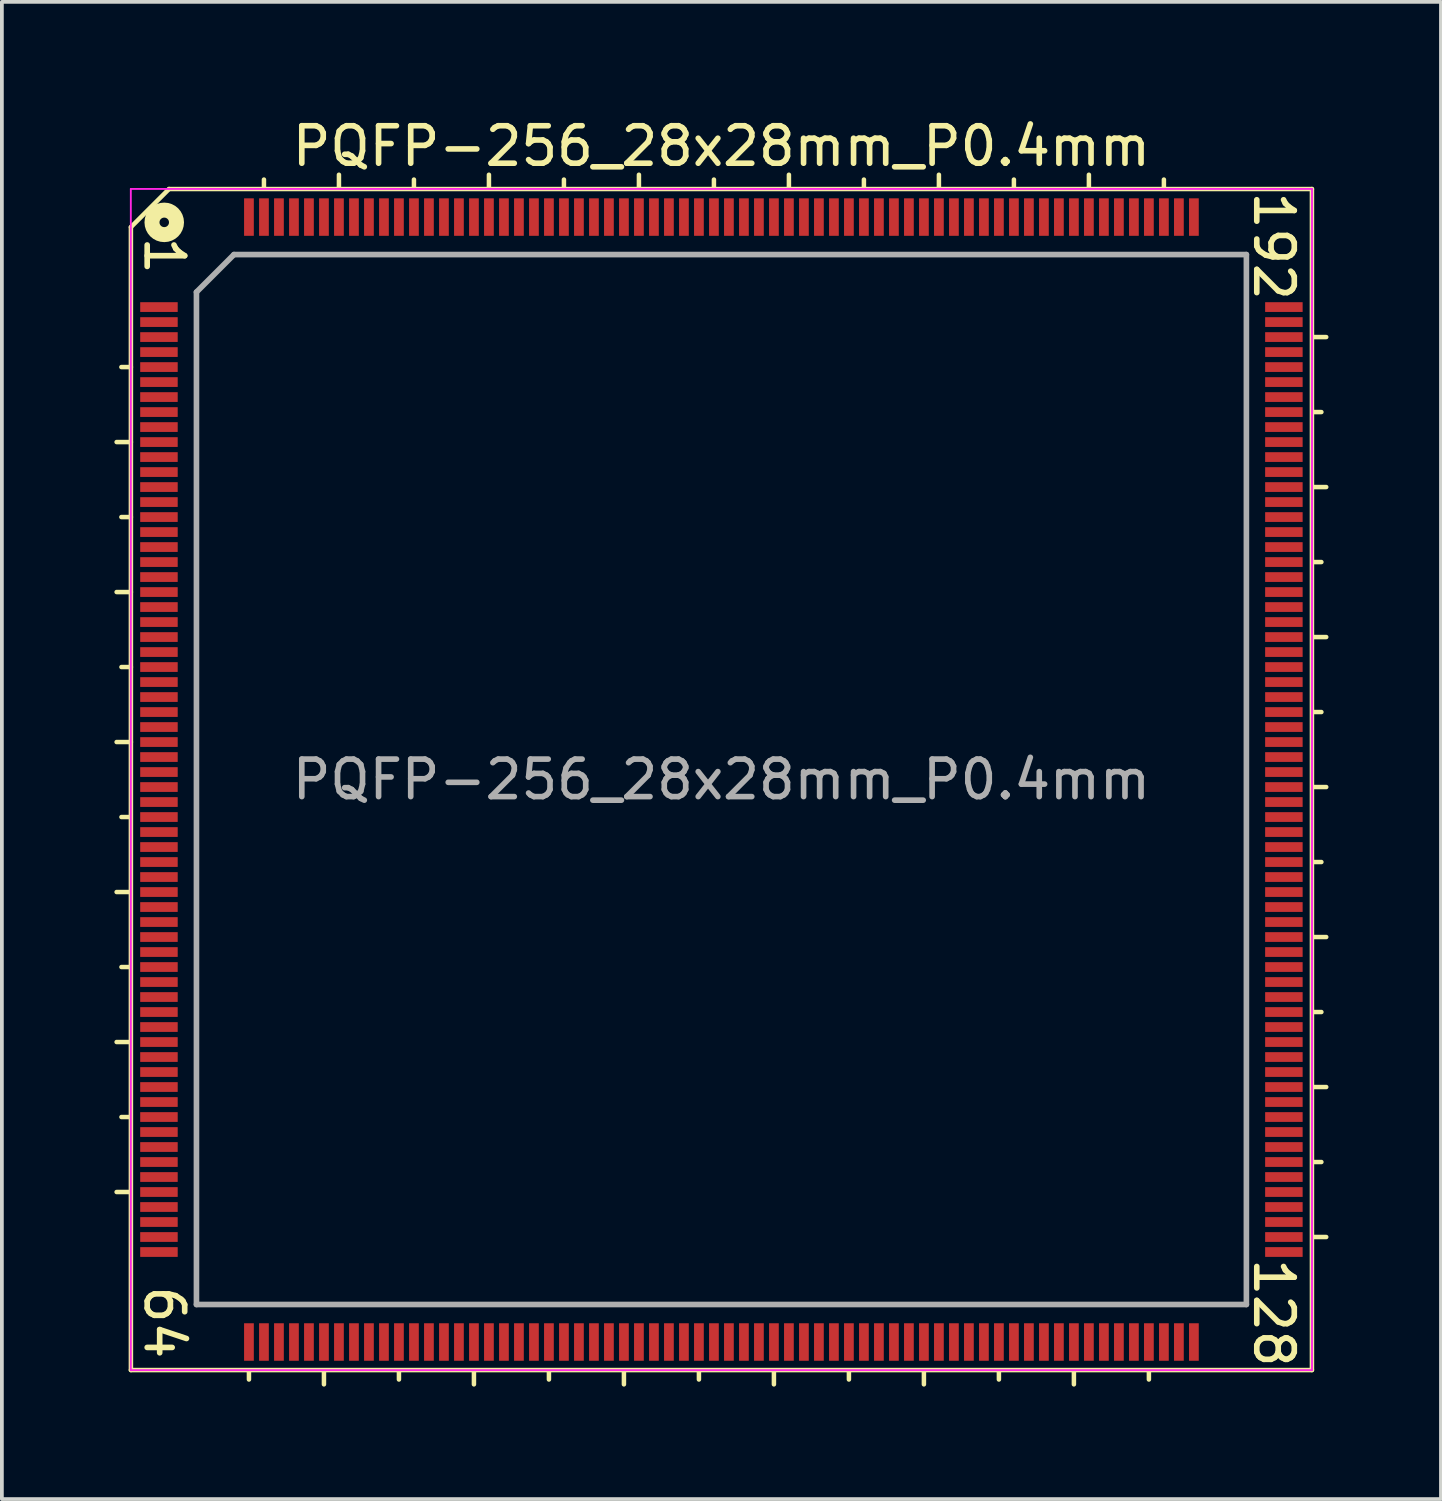
<source format=kicad_pcb>
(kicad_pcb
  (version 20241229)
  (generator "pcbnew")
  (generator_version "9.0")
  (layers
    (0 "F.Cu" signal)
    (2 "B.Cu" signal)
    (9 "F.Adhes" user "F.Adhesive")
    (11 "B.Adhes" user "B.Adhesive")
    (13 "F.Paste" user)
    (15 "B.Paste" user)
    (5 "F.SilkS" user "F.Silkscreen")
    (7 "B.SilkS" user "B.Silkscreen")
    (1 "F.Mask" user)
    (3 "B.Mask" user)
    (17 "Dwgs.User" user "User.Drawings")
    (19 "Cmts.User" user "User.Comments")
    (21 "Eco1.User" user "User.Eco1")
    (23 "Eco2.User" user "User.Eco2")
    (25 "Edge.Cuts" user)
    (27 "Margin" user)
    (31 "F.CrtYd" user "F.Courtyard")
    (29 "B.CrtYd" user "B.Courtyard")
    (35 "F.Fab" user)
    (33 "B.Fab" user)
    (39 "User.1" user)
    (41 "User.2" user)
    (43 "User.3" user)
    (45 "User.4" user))
  (footprint "PQFP-256_28x28mm_P0.4mm"
    (layer "F.Cu")
    (at 16.189 17.739)
    (property "Reference" "PQFP-256_28x28mm_P0.4mm" (at 0 -16.891 0) (layer "F.SilkS") (effects (font (size 1 1) (thickness 0.15))))
    (attr smd)
    (fp_line (start -15.8 1) (end -16 1) (stroke (width 0.12) (type solid)) (layer "F.SilkS"))
    (fp_line (start -15.8 3) (end -16.129 3) (stroke (width 0.12) (type solid)) (layer "F.SilkS"))
    (fp_line (start -15.8 5) (end -16 5) (stroke (width 0.12) (type solid)) (layer "F.SilkS"))
    (fp_line (start -15.8 7) (end -16.129 7) (stroke (width 0.12) (type solid)) (layer "F.SilkS"))
    (fp_line (start -15.8 9) (end -16 9) (stroke (width 0.12) (type solid)) (layer "F.SilkS"))
    (fp_line (start -15.8 11) (end -16.129 11) (stroke (width 0.12) (type solid)) (layer "F.SilkS"))
    (fp_line (start -15.748 -14.732) (end -15.748 15.748) (stroke (width 0.12) (type solid)) (layer "F.SilkS"))
    (fp_line (start -15.748 -11) (end -16.002 -11) (stroke (width 0.12) (type solid)) (layer "F.SilkS"))
    (fp_line (start -15.748 -9) (end -16.129 -9) (stroke (width 0.12) (type solid)) (layer "F.SilkS"))
    (fp_line (start -15.748 -7) (end -16.002 -7) (stroke (width 0.12) (type solid)) (layer "F.SilkS"))
    (fp_line (start -15.748 -5) (end -16.129 -5) (stroke (width 0.12) (type solid)) (layer "F.SilkS"))
    (fp_line (start -15.748 -3) (end -16 -3) (stroke (width 0.12) (type solid)) (layer "F.SilkS"))
    (fp_line (start -15.748 -1) (end -16.129 -1) (stroke (width 0.12) (type solid)) (layer "F.SilkS"))
    (fp_line (start -15.748 15.748) (end 15.748 15.748) (stroke (width 0.12) (type solid)) (layer "F.SilkS"))
    (fp_line (start -14.732 -15.748) (end -15.748 -14.732) (stroke (width 0.12) (type solid)) (layer "F.SilkS"))
    (fp_line (start -12.6 16) (end -12.6 15.8) (stroke (width 0.12) (type solid)) (layer "F.SilkS"))
    (fp_line (start -12.2 -15.8) (end -12.2 -16) (stroke (width 0.12) (type solid)) (layer "F.SilkS"))
    (fp_line (start -10.6 16.129) (end -10.6 15.8) (stroke (width 0.12) (type solid)) (layer "F.SilkS"))
    (fp_line (start -10.2 -15.8) (end -10.2 -16.129) (stroke (width 0.12) (type solid)) (layer "F.SilkS"))
    (fp_line (start -8.6 15.8) (end -8.6 16) (stroke (width 0.12) (type solid)) (layer "F.SilkS"))
    (fp_line (start -8.2 -15.8) (end -8.2 -16) (stroke (width 0.12) (type solid)) (layer "F.SilkS"))
    (fp_line (start -6.6 16.129) (end -6.6 15.8) (stroke (width 0.12) (type solid)) (layer "F.SilkS"))
    (fp_line (start -6.2 -15.8) (end -6.2 -16.129) (stroke (width 0.12) (type solid)) (layer "F.SilkS"))
    (fp_line (start -4.6 16) (end -4.6 15.8) (stroke (width 0.12) (type solid)) (layer "F.SilkS"))
    (fp_line (start -4.2 -15.8) (end -4.2 -16) (stroke (width 0.12) (type solid)) (layer "F.SilkS"))
    (fp_line (start -2.6 16.129) (end -2.6 15.8) (stroke (width 0.12) (type solid)) (layer "F.SilkS"))
    (fp_line (start -2.2 -15.8) (end -2.2 -16.129) (stroke (width 0.12) (type solid)) (layer "F.SilkS"))
    (fp_line (start -0.6 16) (end -0.6 15.8) (stroke (width 0.12) (type solid)) (layer "F.SilkS"))
    (fp_line (start -0.2 -15.8) (end -0.2 -16) (stroke (width 0.12) (type solid)) (layer "F.SilkS"))
    (fp_line (start 1.4 16.129) (end 1.4 15.8) (stroke (width 0.12) (type solid)) (layer "F.SilkS"))
    (fp_line (start 1.8 -15.8) (end 1.8 -16.129) (stroke (width 0.12) (type solid)) (layer "F.SilkS"))
    (fp_line (start 3.4 16) (end 3.4 15.8) (stroke (width 0.12) (type solid)) (layer "F.SilkS"))
    (fp_line (start 3.8 -15.8) (end 3.8 -16) (stroke (width 0.12) (type solid)) (layer "F.SilkS"))
    (fp_line (start 5.4 16.129) (end 5.4 15.8) (stroke (width 0.12) (type solid)) (layer "F.SilkS"))
    (fp_line (start 5.8 -15.8) (end 5.8 -16.129) (stroke (width 0.12) (type solid)) (layer "F.SilkS"))
    (fp_line (start 7.4 16) (end 7.4 15.8) (stroke (width 0.12) (type solid)) (layer "F.SilkS"))
    (fp_line (start 7.8 -15.8) (end 7.8 -16) (stroke (width 0.12) (type solid)) (layer "F.SilkS"))
    (fp_line (start 9.4 16.129) (end 9.4 15.8) (stroke (width 0.12) (type solid)) (layer "F.SilkS"))
    (fp_line (start 9.8 -15.8) (end 9.8 -16.129) (stroke (width 0.12) (type solid)) (layer "F.SilkS"))
    (fp_line (start 11.4 16) (end 11.4 15.8) (stroke (width 0.12) (type solid)) (layer "F.SilkS"))
    (fp_line (start 11.8 -15.8) (end 11.8 -16) (stroke (width 0.12) (type solid)) (layer "F.SilkS"))
    (fp_line (start 15.748 -15.748) (end -14.732 -15.748) (stroke (width 0.12) (type solid)) (layer "F.SilkS"))
    (fp_line (start 15.748 15.748) (end 15.748 -15.748) (stroke (width 0.12) (type solid)) (layer "F.SilkS"))
    (fp_line (start 15.8 -11.8) (end 16.129 -11.8) (stroke (width 0.12) (type solid)) (layer "F.SilkS"))
    (fp_line (start 15.8 -9.8) (end 16 -9.8) (stroke (width 0.12) (type solid)) (layer "F.SilkS"))
    (fp_line (start 15.8 -7.8) (end 16.129 -7.8) (stroke (width 0.12) (type solid)) (layer "F.SilkS"))
    (fp_line (start 15.8 -5.8) (end 16 -5.8) (stroke (width 0.12) (type solid)) (layer "F.SilkS"))
    (fp_line (start 15.8 -3.8) (end 16.129 -3.8) (stroke (width 0.12) (type solid)) (layer "F.SilkS"))
    (fp_line (start 15.8 -1.8) (end 16 -1.8) (stroke (width 0.12) (type solid)) (layer "F.SilkS"))
    (fp_line (start 15.8 0.2) (end 16.129 0.2) (stroke (width 0.12) (type solid)) (layer "F.SilkS"))
    (fp_line (start 15.8 2.2) (end 16 2.2) (stroke (width 0.12) (type solid)) (layer "F.SilkS"))
    (fp_line (start 15.8 4.2) (end 16.129 4.2) (stroke (width 0.12) (type solid)) (layer "F.SilkS"))
    (fp_line (start 15.8 6.2) (end 16 6.2) (stroke (width 0.12) (type solid)) (layer "F.SilkS"))
    (fp_line (start 15.8 8.2) (end 16.129 8.2) (stroke (width 0.12) (type solid)) (layer "F.SilkS"))
    (fp_line (start 15.8 10.2) (end 16 10.2) (stroke (width 0.12) (type solid)) (layer "F.SilkS"))
    (fp_line (start 15.8 12.2) (end 16.129 12.2) (stroke (width 0.12) (type solid)) (layer "F.SilkS"))
    (fp_circle (center -14.859 -14.859) (end -14.732 -14.859) (stroke (width 0.4) (type solid)) (fill no) (layer "F.SilkS"))
    (fp_line (start -15.75 -15.75) (end -15.75 15.75) (stroke (width 0.05) (type solid)) (layer "F.CrtYd"))
    (fp_line (start -15.75 -15.75) (end 15.75 -15.75) (stroke (width 0.05) (type solid)) (layer "F.CrtYd"))
    (fp_line (start -15.75 15.75) (end 15.75 15.75) (stroke (width 0.05) (type solid)) (layer "F.CrtYd"))
    (fp_line (start 15.75 -15.75) (end 15.75 15.75) (stroke (width 0.05) (type solid)) (layer "F.CrtYd"))
    (fp_line (start -14 -13) (end -13 -14) (stroke (width 0.15) (type solid)) (layer "F.Fab"))
    (fp_line (start -14 14) (end -14 -13) (stroke (width 0.15) (type solid)) (layer "F.Fab"))
    (fp_line (start -13 -14) (end 14 -14) (stroke (width 0.15) (type solid)) (layer "F.Fab"))
    (fp_line (start 14 -14) (end 14 14) (stroke (width 0.15) (type solid)) (layer "F.Fab"))
    (fp_line (start 14 14) (end -14 14) (stroke (width 0.15) (type solid)) (layer "F.Fab"))
    (fp_text user "128" (at 14.732 14.224 270) (unlocked yes) (layer "F.SilkS") (effects (font (size 1 1) (thickness 0.15))))
    (fp_text user "1" (at -14.859 -13.97 270) (unlocked yes) (layer "F.SilkS") (effects (font (size 1 1) (thickness 0.15))))
    (fp_text user "192" (at 14.732 -14.224 270) (unlocked yes) (layer "F.SilkS") (effects (font (size 1 1) (thickness 0.15))))
    (fp_text user "64" (at -14.859 14.478 270) (unlocked yes) (layer "F.SilkS") (effects (font (size 1 1) (thickness 0.15))))
    (fp_text user "${REFERENCE}" (at 0 0 0) (layer "F.Fab") (effects (font (size 1 1) (thickness 0.15))))
    (pad "1" smd rect (at -15 -12.6) (size 1 0.26) (layers "F.Cu" "F.Mask" "F.Paste"))
    (pad "2" smd rect (at -15 -12.2) (size 1 0.26) (layers "F.Cu" "F.Mask" "F.Paste"))
    (pad "3" smd rect (at -15 -11.8) (size 1 0.26) (layers "F.Cu" "F.Mask" "F.Paste"))
    (pad "4" smd rect (at -15 -11.4) (size 1 0.26) (layers "F.Cu" "F.Mask" "F.Paste"))
    (pad "5" smd rect (at -15 -11) (size 1 0.26) (layers "F.Cu" "F.Mask" "F.Paste"))
    (pad "6" smd rect (at -15 -10.6) (size 1 0.26) (layers "F.Cu" "F.Mask" "F.Paste"))
    (pad "7" smd rect (at -15 -10.2) (size 1 0.26) (layers "F.Cu" "F.Mask" "F.Paste"))
    (pad "8" smd rect (at -15 -9.8) (size 1 0.26) (layers "F.Cu" "F.Mask" "F.Paste"))
    (pad "9" smd rect (at -15 -9.4) (size 1 0.26) (layers "F.Cu" "F.Mask" "F.Paste"))
    (pad "10" smd rect (at -15 -9) (size 1 0.26) (layers "F.Cu" "F.Mask" "F.Paste"))
    (pad "11" smd rect (at -15 -8.6) (size 1 0.26) (layers "F.Cu" "F.Mask" "F.Paste"))
    (pad "12" smd rect (at -15 -8.2) (size 1 0.26) (layers "F.Cu" "F.Mask" "F.Paste"))
    (pad "13" smd rect (at -15 -7.8) (size 1 0.26) (layers "F.Cu" "F.Mask" "F.Paste"))
    (pad "14" smd rect (at -15 -7.4) (size 1 0.26) (layers "F.Cu" "F.Mask" "F.Paste"))
    (pad "15" smd rect (at -15 -7) (size 1 0.26) (layers "F.Cu" "F.Mask" "F.Paste"))
    (pad "16" smd rect (at -15 -6.6) (size 1 0.26) (layers "F.Cu" "F.Mask" "F.Paste"))
    (pad "17" smd rect (at -15 -6.2) (size 1 0.26) (layers "F.Cu" "F.Mask" "F.Paste"))
    (pad "18" smd rect (at -15 -5.8) (size 1 0.26) (layers "F.Cu" "F.Mask" "F.Paste"))
    (pad "19" smd rect (at -15 -5.4) (size 1 0.26) (layers "F.Cu" "F.Mask" "F.Paste"))
    (pad "20" smd rect (at -15 -5) (size 1 0.26) (layers "F.Cu" "F.Mask" "F.Paste"))
    (pad "21" smd rect (at -15 -4.6) (size 1 0.26) (layers "F.Cu" "F.Mask" "F.Paste"))
    (pad "22" smd rect (at -15 -4.2) (size 1 0.26) (layers "F.Cu" "F.Mask" "F.Paste"))
    (pad "23" smd rect (at -15 -3.8) (size 1 0.26) (layers "F.Cu" "F.Mask" "F.Paste"))
    (pad "24" smd rect (at -15 -3.4) (size 1 0.26) (layers "F.Cu" "F.Mask" "F.Paste"))
    (pad "25" smd rect (at -15 -3) (size 1 0.26) (layers "F.Cu" "F.Mask" "F.Paste"))
    (pad "26" smd rect (at -15 -2.6) (size 1 0.26) (layers "F.Cu" "F.Mask" "F.Paste"))
    (pad "27" smd rect (at -15 -2.2) (size 1 0.26) (layers "F.Cu" "F.Mask" "F.Paste"))
    (pad "28" smd rect (at -15 -1.8) (size 1 0.26) (layers "F.Cu" "F.Mask" "F.Paste"))
    (pad "29" smd rect (at -15 -1.4) (size 1 0.26) (layers "F.Cu" "F.Mask" "F.Paste"))
    (pad "30" smd rect (at -15 -1) (size 1 0.26) (layers "F.Cu" "F.Mask" "F.Paste"))
    (pad "31" smd rect (at -15 -0.6) (size 1 0.26) (layers "F.Cu" "F.Mask" "F.Paste"))
    (pad "32" smd rect (at -15 -0.2) (size 1 0.26) (layers "F.Cu" "F.Mask" "F.Paste"))
    (pad "33" smd rect (at -15 0.2) (size 1 0.26) (layers "F.Cu" "F.Mask" "F.Paste"))
    (pad "34" smd rect (at -15 0.6) (size 1 0.26) (layers "F.Cu" "F.Mask" "F.Paste"))
    (pad "35" smd rect (at -15 1) (size 1 0.26) (layers "F.Cu" "F.Mask" "F.Paste"))
    (pad "36" smd rect (at -15 1.4) (size 1 0.26) (layers "F.Cu" "F.Mask" "F.Paste"))
    (pad "37" smd rect (at -15 1.8) (size 1 0.26) (layers "F.Cu" "F.Mask" "F.Paste"))
    (pad "38" smd rect (at -15 2.2) (size 1 0.26) (layers "F.Cu" "F.Mask" "F.Paste"))
    (pad "39" smd rect (at -15 2.6) (size 1 0.26) (layers "F.Cu" "F.Mask" "F.Paste"))
    (pad "40" smd rect (at -15 3) (size 1 0.26) (layers "F.Cu" "F.Mask" "F.Paste"))
    (pad "41" smd rect (at -15 3.4) (size 1 0.26) (layers "F.Cu" "F.Mask" "F.Paste"))
    (pad "42" smd rect (at -15 3.8) (size 1 0.26) (layers "F.Cu" "F.Mask" "F.Paste"))
    (pad "43" smd rect (at -15 4.2) (size 1 0.26) (layers "F.Cu" "F.Mask" "F.Paste"))
    (pad "44" smd rect (at -15 4.6) (size 1 0.26) (layers "F.Cu" "F.Mask" "F.Paste"))
    (pad "45" smd rect (at -15 5) (size 1 0.26) (layers "F.Cu" "F.Mask" "F.Paste"))
    (pad "46" smd rect (at -15 5.4) (size 1 0.26) (layers "F.Cu" "F.Mask" "F.Paste"))
    (pad "47" smd rect (at -15 5.8) (size 1 0.26) (layers "F.Cu" "F.Mask" "F.Paste"))
    (pad "48" smd rect (at -15 6.2) (size 1 0.26) (layers "F.Cu" "F.Mask" "F.Paste"))
    (pad "49" smd rect (at -15 6.6) (size 1 0.26) (layers "F.Cu" "F.Mask" "F.Paste"))
    (pad "50" smd rect (at -15 7) (size 1 0.26) (layers "F.Cu" "F.Mask" "F.Paste"))
    (pad "51" smd rect (at -15 7.4) (size 1 0.26) (layers "F.Cu" "F.Mask" "F.Paste"))
    (pad "52" smd rect (at -15 7.8) (size 1 0.26) (layers "F.Cu" "F.Mask" "F.Paste"))
    (pad "53" smd rect (at -15 8.2) (size 1 0.26) (layers "F.Cu" "F.Mask" "F.Paste"))
    (pad "54" smd rect (at -15 8.6) (size 1 0.26) (layers "F.Cu" "F.Mask" "F.Paste"))
    (pad "55" smd rect (at -15 9) (size 1 0.26) (layers "F.Cu" "F.Mask" "F.Paste"))
    (pad "56" smd rect (at -15 9.4) (size 1 0.26) (layers "F.Cu" "F.Mask" "F.Paste"))
    (pad "57" smd rect (at -15 9.8) (size 1 0.26) (layers "F.Cu" "F.Mask" "F.Paste"))
    (pad "58" smd rect (at -15 10.2) (size 1 0.26) (layers "F.Cu" "F.Mask" "F.Paste"))
    (pad "59" smd rect (at -15 10.6) (size 1 0.26) (layers "F.Cu" "F.Mask" "F.Paste"))
    (pad "60" smd rect (at -15 11) (size 1 0.26) (layers "F.Cu" "F.Mask" "F.Paste"))
    (pad "61" smd rect (at -15 11.4) (size 1 0.26) (layers "F.Cu" "F.Mask" "F.Paste"))
    (pad "62" smd rect (at -15 11.8) (size 1 0.26) (layers "F.Cu" "F.Mask" "F.Paste"))
    (pad "63" smd rect (at -15 12.2) (size 1 0.26) (layers "F.Cu" "F.Mask" "F.Paste"))
    (pad "64" smd rect (at -15 12.6) (size 1 0.26) (layers "F.Cu" "F.Mask" "F.Paste"))
    (pad "65" smd rect (at -12.6 15 90) (size 1 0.26) (layers "F.Cu" "F.Mask" "F.Paste"))
    (pad "66" smd rect (at -12.2 15 90) (size 1 0.26) (layers "F.Cu" "F.Mask" "F.Paste"))
    (pad "67" smd rect (at -11.8 15 90) (size 1 0.26) (layers "F.Cu" "F.Mask" "F.Paste"))
    (pad "68" smd rect (at -11.4 15 90) (size 1 0.26) (layers "F.Cu" "F.Mask" "F.Paste"))
    (pad "69" smd rect (at -11 15 90) (size 1 0.26) (layers "F.Cu" "F.Mask" "F.Paste"))
    (pad "70" smd rect (at -10.6 15 90) (size 1 0.26) (layers "F.Cu" "F.Mask" "F.Paste"))
    (pad "71" smd rect (at -10.2 15 90) (size 1 0.26) (layers "F.Cu" "F.Mask" "F.Paste"))
    (pad "72" smd rect (at -9.8 15 90) (size 1 0.26) (layers "F.Cu" "F.Mask" "F.Paste"))
    (pad "73" smd rect (at -9.4 15 90) (size 1 0.26) (layers "F.Cu" "F.Mask" "F.Paste"))
    (pad "74" smd rect (at -9 15 90) (size 1 0.26) (layers "F.Cu" "F.Mask" "F.Paste"))
    (pad "75" smd rect (at -8.6 15 90) (size 1 0.26) (layers "F.Cu" "F.Mask" "F.Paste"))
    (pad "76" smd rect (at -8.2 15 90) (size 1 0.26) (layers "F.Cu" "F.Mask" "F.Paste"))
    (pad "77" smd rect (at -7.8 15 90) (size 1 0.26) (layers "F.Cu" "F.Mask" "F.Paste"))
    (pad "78" smd rect (at -7.4 15 90) (size 1 0.26) (layers "F.Cu" "F.Mask" "F.Paste"))
    (pad "79" smd rect (at -7 15 90) (size 1 0.26) (layers "F.Cu" "F.Mask" "F.Paste"))
    (pad "80" smd rect (at -6.6 15 90) (size 1 0.26) (layers "F.Cu" "F.Mask" "F.Paste"))
    (pad "81" smd rect (at -6.2 15 90) (size 1 0.26) (layers "F.Cu" "F.Mask" "F.Paste"))
    (pad "82" smd rect (at -5.8 15 90) (size 1 0.26) (layers "F.Cu" "F.Mask" "F.Paste"))
    (pad "83" smd rect (at -5.4 15 90) (size 1 0.26) (layers "F.Cu" "F.Mask" "F.Paste"))
    (pad "84" smd rect (at -5 15 90) (size 1 0.26) (layers "F.Cu" "F.Mask" "F.Paste"))
    (pad "85" smd rect (at -4.6 15 90) (size 1 0.26) (layers "F.Cu" "F.Mask" "F.Paste"))
    (pad "86" smd rect (at -4.2 15 90) (size 1 0.26) (layers "F.Cu" "F.Mask" "F.Paste"))
    (pad "87" smd rect (at -3.8 15 90) (size 1 0.26) (layers "F.Cu" "F.Mask" "F.Paste"))
    (pad "88" smd rect (at -3.4 15 90) (size 1 0.26) (layers "F.Cu" "F.Mask" "F.Paste"))
    (pad "89" smd rect (at -3 15 90) (size 1 0.26) (layers "F.Cu" "F.Mask" "F.Paste"))
    (pad "90" smd rect (at -2.6 15 90) (size 1 0.26) (layers "F.Cu" "F.Mask" "F.Paste"))
    (pad "91" smd rect (at -2.2 15 90) (size 1 0.26) (layers "F.Cu" "F.Mask" "F.Paste"))
    (pad "92" smd rect (at -1.8 15 90) (size 1 0.26) (layers "F.Cu" "F.Mask" "F.Paste"))
    (pad "93" smd rect (at -1.4 15 90) (size 1 0.26) (layers "F.Cu" "F.Mask" "F.Paste"))
    (pad "94" smd rect (at -1 15 90) (size 1 0.26) (layers "F.Cu" "F.Mask" "F.Paste"))
    (pad "95" smd rect (at -0.6 15 90) (size 1 0.26) (layers "F.Cu" "F.Mask" "F.Paste"))
    (pad "96" smd rect (at -0.2 15 90) (size 1 0.26) (layers "F.Cu" "F.Mask" "F.Paste"))
    (pad "97" smd rect (at 0.2 15 90) (size 1 0.26) (layers "F.Cu" "F.Mask" "F.Paste"))
    (pad "98" smd rect (at 0.6 15 90) (size 1 0.26) (layers "F.Cu" "F.Mask" "F.Paste"))
    (pad "99" smd rect (at 1 15 90) (size 1 0.26) (layers "F.Cu" "F.Mask" "F.Paste"))
    (pad "100" smd rect (at 1.4 15 90) (size 1 0.26) (layers "F.Cu" "F.Mask" "F.Paste"))
    (pad "101" smd rect (at 1.8 15 90) (size 1 0.26) (layers "F.Cu" "F.Mask" "F.Paste"))
    (pad "102" smd rect (at 2.2 15 90) (size 1 0.26) (layers "F.Cu" "F.Mask" "F.Paste"))
    (pad "103" smd rect (at 2.6 15 90) (size 1 0.26) (layers "F.Cu" "F.Mask" "F.Paste"))
    (pad "104" smd rect (at 3 15 90) (size 1 0.26) (layers "F.Cu" "F.Mask" "F.Paste"))
    (pad "105" smd rect (at 3.4 15 90) (size 1 0.26) (layers "F.Cu" "F.Mask" "F.Paste"))
    (pad "106" smd rect (at 3.8 15 90) (size 1 0.26) (layers "F.Cu" "F.Mask" "F.Paste"))
    (pad "107" smd rect (at 4.2 15 90) (size 1 0.26) (layers "F.Cu" "F.Mask" "F.Paste"))
    (pad "108" smd rect (at 4.6 15 90) (size 1 0.26) (layers "F.Cu" "F.Mask" "F.Paste"))
    (pad "109" smd rect (at 5 15 90) (size 1 0.26) (layers "F.Cu" "F.Mask" "F.Paste"))
    (pad "110" smd rect (at 5.4 15 90) (size 1 0.26) (layers "F.Cu" "F.Mask" "F.Paste"))
    (pad "111" smd rect (at 5.8 15 90) (size 1 0.26) (layers "F.Cu" "F.Mask" "F.Paste"))
    (pad "112" smd rect (at 6.2 15 90) (size 1 0.26) (layers "F.Cu" "F.Mask" "F.Paste"))
    (pad "113" smd rect (at 6.6 15 90) (size 1 0.26) (layers "F.Cu" "F.Mask" "F.Paste"))
    (pad "114" smd rect (at 7 15 90) (size 1 0.26) (layers "F.Cu" "F.Mask" "F.Paste"))
    (pad "115" smd rect (at 7.4 15 90) (size 1 0.26) (layers "F.Cu" "F.Mask" "F.Paste"))
    (pad "116" smd rect (at 7.8 15 90) (size 1 0.26) (layers "F.Cu" "F.Mask" "F.Paste"))
    (pad "117" smd rect (at 8.2 15 90) (size 1 0.26) (layers "F.Cu" "F.Mask" "F.Paste"))
    (pad "118" smd rect (at 8.6 15 90) (size 1 0.26) (layers "F.Cu" "F.Mask" "F.Paste"))
    (pad "119" smd rect (at 9 15 90) (size 1 0.26) (layers "F.Cu" "F.Mask" "F.Paste"))
    (pad "120" smd rect (at 9.4 15 90) (size 1 0.26) (layers "F.Cu" "F.Mask" "F.Paste"))
    (pad "121" smd rect (at 9.8 15 90) (size 1 0.26) (layers "F.Cu" "F.Mask" "F.Paste"))
    (pad "122" smd rect (at 10.2 15 90) (size 1 0.26) (layers "F.Cu" "F.Mask" "F.Paste"))
    (pad "123" smd rect (at 10.6 15 90) (size 1 0.26) (layers "F.Cu" "F.Mask" "F.Paste"))
    (pad "124" smd rect (at 11 15 90) (size 1 0.26) (layers "F.Cu" "F.Mask" "F.Paste"))
    (pad "125" smd rect (at 11.4 15 90) (size 1 0.26) (layers "F.Cu" "F.Mask" "F.Paste"))
    (pad "126" smd rect (at 11.8 15 90) (size 1 0.26) (layers "F.Cu" "F.Mask" "F.Paste"))
    (pad "127" smd rect (at 12.2 15 90) (size 1 0.26) (layers "F.Cu" "F.Mask" "F.Paste"))
    (pad "128" smd rect (at 12.6 15 90) (size 1 0.26) (layers "F.Cu" "F.Mask" "F.Paste"))
    (pad "129" smd rect (at 15 12.6) (size 1 0.26) (layers "F.Cu" "F.Mask" "F.Paste"))
    (pad "130" smd rect (at 15 12.2) (size 1 0.26) (layers "F.Cu" "F.Mask" "F.Paste"))
    (pad "131" smd rect (at 15 11.8) (size 1 0.26) (layers "F.Cu" "F.Mask" "F.Paste"))
    (pad "132" smd rect (at 15 11.4) (size 1 0.26) (layers "F.Cu" "F.Mask" "F.Paste"))
    (pad "133" smd rect (at 15 11) (size 1 0.26) (layers "F.Cu" "F.Mask" "F.Paste"))
    (pad "134" smd rect (at 15 10.6) (size 1 0.26) (layers "F.Cu" "F.Mask" "F.Paste"))
    (pad "135" smd rect (at 15 10.2) (size 1 0.26) (layers "F.Cu" "F.Mask" "F.Paste"))
    (pad "136" smd rect (at 15 9.8) (size 1 0.26) (layers "F.Cu" "F.Mask" "F.Paste"))
    (pad "137" smd rect (at 15 9.4) (size 1 0.26) (layers "F.Cu" "F.Mask" "F.Paste"))
    (pad "138" smd rect (at 15 9) (size 1 0.26) (layers "F.Cu" "F.Mask" "F.Paste"))
    (pad "139" smd rect (at 15 8.6) (size 1 0.26) (layers "F.Cu" "F.Mask" "F.Paste"))
    (pad "140" smd rect (at 15 8.2) (size 1 0.26) (layers "F.Cu" "F.Mask" "F.Paste"))
    (pad "141" smd rect (at 15 7.8) (size 1 0.26) (layers "F.Cu" "F.Mask" "F.Paste"))
    (pad "142" smd rect (at 15 7.4) (size 1 0.26) (layers "F.Cu" "F.Mask" "F.Paste"))
    (pad "143" smd rect (at 15 7) (size 1 0.26) (layers "F.Cu" "F.Mask" "F.Paste"))
    (pad "144" smd rect (at 15 6.6) (size 1 0.26) (layers "F.Cu" "F.Mask" "F.Paste"))
    (pad "145" smd rect (at 15 6.2) (size 1 0.26) (layers "F.Cu" "F.Mask" "F.Paste"))
    (pad "146" smd rect (at 15 5.8) (size 1 0.26) (layers "F.Cu" "F.Mask" "F.Paste"))
    (pad "147" smd rect (at 15 5.4) (size 1 0.26) (layers "F.Cu" "F.Mask" "F.Paste"))
    (pad "148" smd rect (at 15 5) (size 1 0.26) (layers "F.Cu" "F.Mask" "F.Paste"))
    (pad "149" smd rect (at 15 4.6) (size 1 0.26) (layers "F.Cu" "F.Mask" "F.Paste"))
    (pad "150" smd rect (at 15 4.2) (size 1 0.26) (layers "F.Cu" "F.Mask" "F.Paste"))
    (pad "151" smd rect (at 15 3.8) (size 1 0.26) (layers "F.Cu" "F.Mask" "F.Paste"))
    (pad "152" smd rect (at 15 3.4) (size 1 0.26) (layers "F.Cu" "F.Mask" "F.Paste"))
    (pad "153" smd rect (at 15 3) (size 1 0.26) (layers "F.Cu" "F.Mask" "F.Paste"))
    (pad "154" smd rect (at 15 2.6) (size 1 0.26) (layers "F.Cu" "F.Mask" "F.Paste"))
    (pad "155" smd rect (at 15 2.2) (size 1 0.26) (layers "F.Cu" "F.Mask" "F.Paste"))
    (pad "156" smd rect (at 15 1.8) (size 1 0.26) (layers "F.Cu" "F.Mask" "F.Paste"))
    (pad "157" smd rect (at 15 1.4) (size 1 0.26) (layers "F.Cu" "F.Mask" "F.Paste"))
    (pad "158" smd rect (at 15 1) (size 1 0.26) (layers "F.Cu" "F.Mask" "F.Paste"))
    (pad "159" smd rect (at 15 0.6) (size 1 0.26) (layers "F.Cu" "F.Mask" "F.Paste"))
    (pad "160" smd rect (at 15 0.2) (size 1 0.26) (layers "F.Cu" "F.Mask" "F.Paste"))
    (pad "161" smd rect (at 15 -0.2) (size 1 0.26) (layers "F.Cu" "F.Mask" "F.Paste"))
    (pad "162" smd rect (at 15 -0.6) (size 1 0.26) (layers "F.Cu" "F.Mask" "F.Paste"))
    (pad "163" smd rect (at 15 -1) (size 1 0.26) (layers "F.Cu" "F.Mask" "F.Paste"))
    (pad "164" smd rect (at 15 -1.4) (size 1 0.26) (layers "F.Cu" "F.Mask" "F.Paste"))
    (pad "165" smd rect (at 15 -1.8) (size 1 0.26) (layers "F.Cu" "F.Mask" "F.Paste"))
    (pad "166" smd rect (at 15 -2.2) (size 1 0.26) (layers "F.Cu" "F.Mask" "F.Paste"))
    (pad "167" smd rect (at 15 -2.6) (size 1 0.26) (layers "F.Cu" "F.Mask" "F.Paste"))
    (pad "168" smd rect (at 15 -3) (size 1 0.26) (layers "F.Cu" "F.Mask" "F.Paste"))
    (pad "169" smd rect (at 15 -3.4) (size 1 0.26) (layers "F.Cu" "F.Mask" "F.Paste"))
    (pad "170" smd rect (at 15 -3.8) (size 1 0.26) (layers "F.Cu" "F.Mask" "F.Paste"))
    (pad "171" smd rect (at 15 -4.2) (size 1 0.26) (layers "F.Cu" "F.Mask" "F.Paste"))
    (pad "172" smd rect (at 15 -4.6) (size 1 0.26) (layers "F.Cu" "F.Mask" "F.Paste"))
    (pad "173" smd rect (at 15 -5) (size 1 0.26) (layers "F.Cu" "F.Mask" "F.Paste"))
    (pad "174" smd rect (at 15 -5.4) (size 1 0.26) (layers "F.Cu" "F.Mask" "F.Paste"))
    (pad "175" smd rect (at 15 -5.8) (size 1 0.26) (layers "F.Cu" "F.Mask" "F.Paste"))
    (pad "176" smd rect (at 15 -6.2) (size 1 0.26) (layers "F.Cu" "F.Mask" "F.Paste"))
    (pad "177" smd rect (at 15 -6.6) (size 1 0.26) (layers "F.Cu" "F.Mask" "F.Paste"))
    (pad "178" smd rect (at 15 -7) (size 1 0.26) (layers "F.Cu" "F.Mask" "F.Paste"))
    (pad "179" smd rect (at 15 -7.4) (size 1 0.26) (layers "F.Cu" "F.Mask" "F.Paste"))
    (pad "180" smd rect (at 15 -7.8) (size 1 0.26) (layers "F.Cu" "F.Mask" "F.Paste"))
    (pad "181" smd rect (at 15 -8.2) (size 1 0.26) (layers "F.Cu" "F.Mask" "F.Paste"))
    (pad "182" smd rect (at 15 -8.6) (size 1 0.26) (layers "F.Cu" "F.Mask" "F.Paste"))
    (pad "183" smd rect (at 15 -9) (size 1 0.26) (layers "F.Cu" "F.Mask" "F.Paste"))
    (pad "184" smd rect (at 15 -9.4) (size 1 0.26) (layers "F.Cu" "F.Mask" "F.Paste"))
    (pad "185" smd rect (at 15 -9.8) (size 1 0.26) (layers "F.Cu" "F.Mask" "F.Paste"))
    (pad "186" smd rect (at 15 -10.2) (size 1 0.26) (layers "F.Cu" "F.Mask" "F.Paste"))
    (pad "187" smd rect (at 15 -10.6) (size 1 0.26) (layers "F.Cu" "F.Mask" "F.Paste"))
    (pad "188" smd rect (at 15 -11) (size 1 0.26) (layers "F.Cu" "F.Mask" "F.Paste"))
    (pad "189" smd rect (at 15 -11.4) (size 1 0.26) (layers "F.Cu" "F.Mask" "F.Paste"))
    (pad "190" smd rect (at 15 -11.8) (size 1 0.26) (layers "F.Cu" "F.Mask" "F.Paste"))
    (pad "191" smd rect (at 15 -12.2) (size 1 0.26) (layers "F.Cu" "F.Mask" "F.Paste"))
    (pad "192" smd rect (at 15 -12.6) (size 1 0.26) (layers "F.Cu" "F.Mask" "F.Paste"))
    (pad "193" smd rect (at 12.6 -15 90) (size 1 0.26) (layers "F.Cu" "F.Mask" "F.Paste"))
    (pad "194" smd rect (at 12.2 -15 90) (size 1 0.26) (layers "F.Cu" "F.Mask" "F.Paste"))
    (pad "195" smd rect (at 11.8 -15 90) (size 1 0.26) (layers "F.Cu" "F.Mask" "F.Paste"))
    (pad "196" smd rect (at 11.4 -15 90) (size 1 0.26) (layers "F.Cu" "F.Mask" "F.Paste"))
    (pad "197" smd rect (at 11 -15 90) (size 1 0.26) (layers "F.Cu" "F.Mask" "F.Paste"))
    (pad "198" smd rect (at 10.6 -15 90) (size 1 0.26) (layers "F.Cu" "F.Mask" "F.Paste"))
    (pad "199" smd rect (at 10.2 -15 90) (size 1 0.26) (layers "F.Cu" "F.Mask" "F.Paste"))
    (pad "200" smd rect (at 9.8 -15 90) (size 1 0.26) (layers "F.Cu" "F.Mask" "F.Paste"))
    (pad "201" smd rect (at 9.4 -15 90) (size 1 0.26) (layers "F.Cu" "F.Mask" "F.Paste"))
    (pad "202" smd rect (at 9 -15 90) (size 1 0.26) (layers "F.Cu" "F.Mask" "F.Paste"))
    (pad "203" smd rect (at 8.6 -15 90) (size 1 0.26) (layers "F.Cu" "F.Mask" "F.Paste"))
    (pad "204" smd rect (at 8.2 -15 90) (size 1 0.26) (layers "F.Cu" "F.Mask" "F.Paste"))
    (pad "205" smd rect (at 7.8 -15 90) (size 1 0.26) (layers "F.Cu" "F.Mask" "F.Paste"))
    (pad "206" smd rect (at 7.4 -15 90) (size 1 0.26) (layers "F.Cu" "F.Mask" "F.Paste"))
    (pad "207" smd rect (at 7 -15 90) (size 1 0.26) (layers "F.Cu" "F.Mask" "F.Paste"))
    (pad "208" smd rect (at 6.6 -15 90) (size 1 0.26) (layers "F.Cu" "F.Mask" "F.Paste"))
    (pad "209" smd rect (at 6.2 -15 90) (size 1 0.26) (layers "F.Cu" "F.Mask" "F.Paste"))
    (pad "210" smd rect (at 5.8 -15 90) (size 1 0.26) (layers "F.Cu" "F.Mask" "F.Paste"))
    (pad "211" smd rect (at 5.4 -15 90) (size 1 0.26) (layers "F.Cu" "F.Mask" "F.Paste"))
    (pad "212" smd rect (at 5 -15 90) (size 1 0.26) (layers "F.Cu" "F.Mask" "F.Paste"))
    (pad "213" smd rect (at 4.6 -15 90) (size 1 0.26) (layers "F.Cu" "F.Mask" "F.Paste"))
    (pad "214" smd rect (at 4.2 -15 90) (size 1 0.26) (layers "F.Cu" "F.Mask" "F.Paste"))
    (pad "215" smd rect (at 3.8 -15 90) (size 1 0.26) (layers "F.Cu" "F.Mask" "F.Paste"))
    (pad "216" smd rect (at 3.4 -15 90) (size 1 0.26) (layers "F.Cu" "F.Mask" "F.Paste"))
    (pad "217" smd rect (at 3 -15 90) (size 1 0.26) (layers "F.Cu" "F.Mask" "F.Paste"))
    (pad "218" smd rect (at 2.6 -15 90) (size 1 0.26) (layers "F.Cu" "F.Mask" "F.Paste"))
    (pad "219" smd rect (at 2.2 -15 90) (size 1 0.26) (layers "F.Cu" "F.Mask" "F.Paste"))
    (pad "220" smd rect (at 1.8 -15 90) (size 1 0.26) (layers "F.Cu" "F.Mask" "F.Paste"))
    (pad "221" smd rect (at 1.4 -15 90) (size 1 0.26) (layers "F.Cu" "F.Mask" "F.Paste"))
    (pad "222" smd rect (at 1 -15 90) (size 1 0.26) (layers "F.Cu" "F.Mask" "F.Paste"))
    (pad "223" smd rect (at 0.6 -15 90) (size 1 0.26) (layers "F.Cu" "F.Mask" "F.Paste"))
    (pad "224" smd rect (at 0.2 -15 90) (size 1 0.26) (layers "F.Cu" "F.Mask" "F.Paste"))
    (pad "225" smd rect (at -0.2 -15 90) (size 1 0.26) (layers "F.Cu" "F.Mask" "F.Paste"))
    (pad "226" smd rect (at -0.6 -15 90) (size 1 0.26) (layers "F.Cu" "F.Mask" "F.Paste"))
    (pad "227" smd rect (at -1 -15 90) (size 1 0.26) (layers "F.Cu" "F.Mask" "F.Paste"))
    (pad "228" smd rect (at -1.4 -15 90) (size 1 0.26) (layers "F.Cu" "F.Mask" "F.Paste"))
    (pad "229" smd rect (at -1.8 -15 90) (size 1 0.26) (layers "F.Cu" "F.Mask" "F.Paste"))
    (pad "230" smd rect (at -2.2 -15 90) (size 1 0.26) (layers "F.Cu" "F.Mask" "F.Paste"))
    (pad "231" smd rect (at -2.6 -15 90) (size 1 0.26) (layers "F.Cu" "F.Mask" "F.Paste"))
    (pad "232" smd rect (at -3 -15 90) (size 1 0.26) (layers "F.Cu" "F.Mask" "F.Paste"))
    (pad "233" smd rect (at -3.4 -15 90) (size 1 0.26) (layers "F.Cu" "F.Mask" "F.Paste"))
    (pad "234" smd rect (at -3.8 -15 90) (size 1 0.26) (layers "F.Cu" "F.Mask" "F.Paste"))
    (pad "235" smd rect (at -4.2 -15 90) (size 1 0.26) (layers "F.Cu" "F.Mask" "F.Paste"))
    (pad "236" smd rect (at -4.6 -15 90) (size 1 0.26) (layers "F.Cu" "F.Mask" "F.Paste"))
    (pad "237" smd rect (at -5 -15 90) (size 1 0.26) (layers "F.Cu" "F.Mask" "F.Paste"))
    (pad "238" smd rect (at -5.4 -15 90) (size 1 0.26) (layers "F.Cu" "F.Mask" "F.Paste"))
    (pad "239" smd rect (at -5.8 -15 90) (size 1 0.26) (layers "F.Cu" "F.Mask" "F.Paste"))
    (pad "240" smd rect (at -6.2 -15 90) (size 1 0.26) (layers "F.Cu" "F.Mask" "F.Paste"))
    (pad "241" smd rect (at -6.6 -15 90) (size 1 0.26) (layers "F.Cu" "F.Mask" "F.Paste"))
    (pad "242" smd rect (at -7 -15 90) (size 1 0.26) (layers "F.Cu" "F.Mask" "F.Paste"))
    (pad "243" smd rect (at -7.4 -15 90) (size 1 0.26) (layers "F.Cu" "F.Mask" "F.Paste"))
    (pad "244" smd rect (at -7.8 -15 90) (size 1 0.26) (layers "F.Cu" "F.Mask" "F.Paste"))
    (pad "245" smd rect (at -8.2 -15 90) (size 1 0.26) (layers "F.Cu" "F.Mask" "F.Paste"))
    (pad "246" smd rect (at -8.6 -15 90) (size 1 0.26) (layers "F.Cu" "F.Mask" "F.Paste"))
    (pad "247" smd rect (at -9 -15 90) (size 1 0.26) (layers "F.Cu" "F.Mask" "F.Paste"))
    (pad "248" smd rect (at -9.4 -15 90) (size 1 0.26) (layers "F.Cu" "F.Mask" "F.Paste"))
    (pad "249" smd rect (at -9.8 -15 90) (size 1 0.26) (layers "F.Cu" "F.Mask" "F.Paste"))
    (pad "250" smd rect (at -10.2 -15 90) (size 1 0.26) (layers "F.Cu" "F.Mask" "F.Paste"))
    (pad "251" smd rect (at -10.6 -15 90) (size 1 0.26) (layers "F.Cu" "F.Mask" "F.Paste"))
    (pad "252" smd rect (at -11 -15 90) (size 1 0.26) (layers "F.Cu" "F.Mask" "F.Paste"))
    (pad "253" smd rect (at -11.4 -15 90) (size 1 0.26) (layers "F.Cu" "F.Mask" "F.Paste"))
    (pad "254" smd rect (at -11.8 -15 90) (size 1 0.26) (layers "F.Cu" "F.Mask" "F.Paste"))
    (pad "255" smd rect (at -12.2 -15 90) (size 1 0.26) (layers "F.Cu" "F.Mask" "F.Paste"))
    (pad "256" smd rect (at -12.6 -15 90) (size 1 0.26) (layers "F.Cu" "F.Mask" "F.Paste")))
  (gr_rect
    (start -3 -3)
    (end 35.378 36.928)
    (stroke (width 0.1) (type default))
    (fill no)
    (layer "Edge.Cuts")))
</source>
